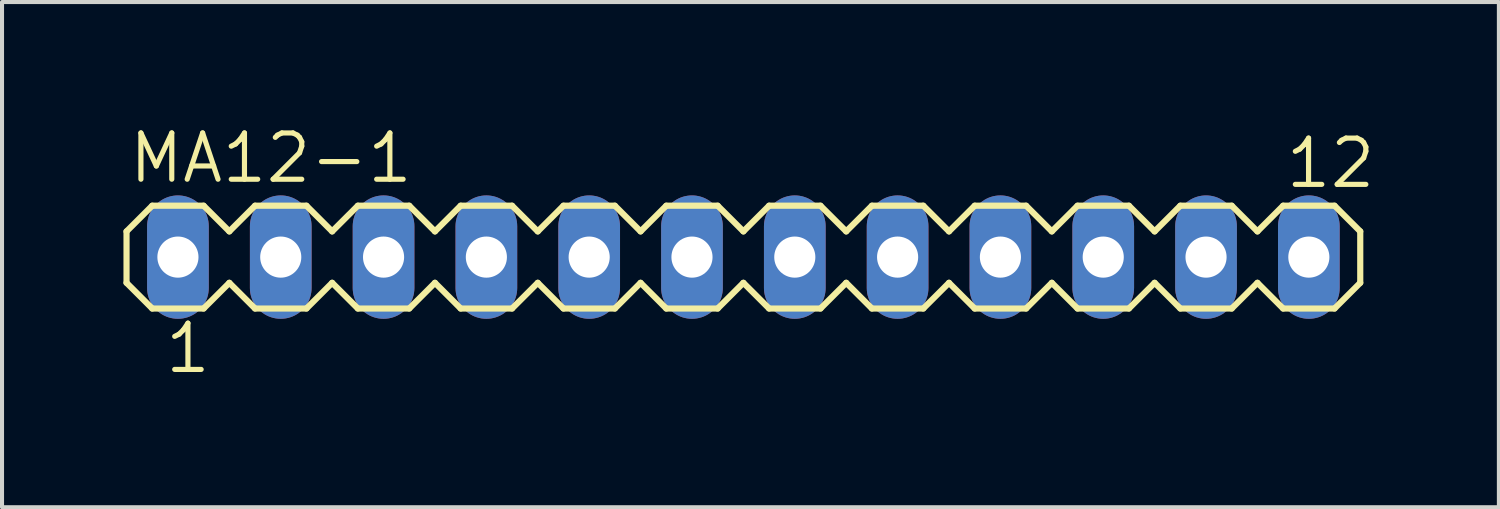
<source format=kicad_pcb>
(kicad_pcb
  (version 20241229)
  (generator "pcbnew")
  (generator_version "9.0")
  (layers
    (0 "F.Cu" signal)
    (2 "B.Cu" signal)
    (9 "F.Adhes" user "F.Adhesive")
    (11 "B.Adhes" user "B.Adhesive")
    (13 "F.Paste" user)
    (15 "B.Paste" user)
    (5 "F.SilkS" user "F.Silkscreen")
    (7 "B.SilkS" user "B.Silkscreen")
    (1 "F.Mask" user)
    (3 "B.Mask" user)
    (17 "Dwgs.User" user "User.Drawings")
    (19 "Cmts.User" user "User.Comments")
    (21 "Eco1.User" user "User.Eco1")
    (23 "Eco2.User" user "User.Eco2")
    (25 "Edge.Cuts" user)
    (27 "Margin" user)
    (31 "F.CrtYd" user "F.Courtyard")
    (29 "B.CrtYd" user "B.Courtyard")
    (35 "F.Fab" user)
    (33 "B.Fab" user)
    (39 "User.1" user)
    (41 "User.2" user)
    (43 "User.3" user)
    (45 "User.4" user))
  (footprint "MA12-1"
    (layer "F.Cu")
    (at 15.316 3.302)
    (property "Reference" "MA12-1" (at -15.24 -1.778 0) (unlocked yes) (layer "F.SilkS") (effects (font (size 1.143 1.143) (thickness 0.127)) (justify left bottom)))
    (fp_line (start -15.24 -0.635) (end -15.24 0.635) (stroke (width 0.152) (type solid)) (layer "F.SilkS"))
    (fp_line (start -15.24 0.635) (end -14.605 1.27) (stroke (width 0.152) (type solid)) (layer "F.SilkS"))
    (fp_line (start -14.605 -1.27) (end -15.24 -0.635) (stroke (width 0.152) (type solid)) (layer "F.SilkS"))
    (fp_line (start -14.605 -1.27) (end -13.335 -1.27) (stroke (width 0.152) (type solid)) (layer "F.SilkS"))
    (fp_line (start -13.335 -1.27) (end -12.7 -0.635) (stroke (width 0.152) (type solid)) (layer "F.SilkS"))
    (fp_line (start -13.335 1.27) (end -14.605 1.27) (stroke (width 0.152) (type solid)) (layer "F.SilkS"))
    (fp_line (start -12.7 -0.635) (end -12.065 -1.27) (stroke (width 0.152) (type solid)) (layer "F.SilkS"))
    (fp_line (start -12.7 0.635) (end -13.335 1.27) (stroke (width 0.152) (type solid)) (layer "F.SilkS"))
    (fp_line (start -12.065 -1.27) (end -10.795 -1.27) (stroke (width 0.152) (type solid)) (layer "F.SilkS"))
    (fp_line (start -12.065 1.27) (end -12.7 0.635) (stroke (width 0.152) (type solid)) (layer "F.SilkS"))
    (fp_line (start -10.795 -1.27) (end -10.16 -0.635) (stroke (width 0.152) (type solid)) (layer "F.SilkS"))
    (fp_line (start -10.795 1.27) (end -12.065 1.27) (stroke (width 0.152) (type solid)) (layer "F.SilkS"))
    (fp_line (start -10.16 -0.635) (end -9.525 -1.27) (stroke (width 0.152) (type solid)) (layer "F.SilkS"))
    (fp_line (start -10.16 0.635) (end -10.795 1.27) (stroke (width 0.152) (type solid)) (layer "F.SilkS"))
    (fp_line (start -9.525 -1.27) (end -8.255 -1.27) (stroke (width 0.152) (type solid)) (layer "F.SilkS"))
    (fp_line (start -9.525 1.27) (end -10.16 0.635) (stroke (width 0.152) (type solid)) (layer "F.SilkS"))
    (fp_line (start -8.255 -1.27) (end -7.62 -0.635) (stroke (width 0.152) (type solid)) (layer "F.SilkS"))
    (fp_line (start -8.255 1.27) (end -9.525 1.27) (stroke (width 0.152) (type solid)) (layer "F.SilkS"))
    (fp_line (start -7.62 0.635) (end -8.255 1.27) (stroke (width 0.152) (type solid)) (layer "F.SilkS"))
    (fp_line (start -7.62 0.635) (end -6.985 1.27) (stroke (width 0.152) (type solid)) (layer "F.SilkS"))
    (fp_line (start -6.985 -1.27) (end -7.62 -0.635) (stroke (width 0.152) (type solid)) (layer "F.SilkS"))
    (fp_line (start -6.985 -1.27) (end -5.715 -1.27) (stroke (width 0.152) (type solid)) (layer "F.SilkS"))
    (fp_line (start -5.715 -1.27) (end -5.08 -0.635) (stroke (width 0.152) (type solid)) (layer "F.SilkS"))
    (fp_line (start -5.715 1.27) (end -6.985 1.27) (stroke (width 0.152) (type solid)) (layer "F.SilkS"))
    (fp_line (start -5.08 -0.635) (end -4.445 -1.27) (stroke (width 0.152) (type solid)) (layer "F.SilkS"))
    (fp_line (start -5.08 0.635) (end -5.715 1.27) (stroke (width 0.152) (type solid)) (layer "F.SilkS"))
    (fp_line (start -4.445 -1.27) (end -3.175 -1.27) (stroke (width 0.152) (type solid)) (layer "F.SilkS"))
    (fp_line (start -4.445 1.27) (end -5.08 0.635) (stroke (width 0.152) (type solid)) (layer "F.SilkS"))
    (fp_line (start -3.175 -1.27) (end -2.54 -0.635) (stroke (width 0.152) (type solid)) (layer "F.SilkS"))
    (fp_line (start -3.175 1.27) (end -4.445 1.27) (stroke (width 0.152) (type solid)) (layer "F.SilkS"))
    (fp_line (start -2.54 -0.635) (end -1.905 -1.27) (stroke (width 0.152) (type solid)) (layer "F.SilkS"))
    (fp_line (start -2.54 0.635) (end -3.175 1.27) (stroke (width 0.152) (type solid)) (layer "F.SilkS"))
    (fp_line (start -1.905 -1.27) (end -0.635 -1.27) (stroke (width 0.152) (type solid)) (layer "F.SilkS"))
    (fp_line (start -1.905 1.27) (end -2.54 0.635) (stroke (width 0.152) (type solid)) (layer "F.SilkS"))
    (fp_line (start -0.635 -1.27) (end 0 -0.635) (stroke (width 0.152) (type solid)) (layer "F.SilkS"))
    (fp_line (start -0.635 1.27) (end -1.905 1.27) (stroke (width 0.152) (type solid)) (layer "F.SilkS"))
    (fp_line (start 0 0.635) (end -0.635 1.27) (stroke (width 0.152) (type solid)) (layer "F.SilkS"))
    (fp_line (start 0 0.635) (end 0.635 1.27) (stroke (width 0.152) (type solid)) (layer "F.SilkS"))
    (fp_line (start 0.635 -1.27) (end 0 -0.635) (stroke (width 0.152) (type solid)) (layer "F.SilkS"))
    (fp_line (start 0.635 -1.27) (end 1.905 -1.27) (stroke (width 0.152) (type solid)) (layer "F.SilkS"))
    (fp_line (start 1.905 -1.27) (end 2.54 -0.635) (stroke (width 0.152) (type solid)) (layer "F.SilkS"))
    (fp_line (start 1.905 1.27) (end 0.635 1.27) (stroke (width 0.152) (type solid)) (layer "F.SilkS"))
    (fp_line (start 2.54 -0.635) (end 3.175 -1.27) (stroke (width 0.152) (type solid)) (layer "F.SilkS"))
    (fp_line (start 2.54 0.635) (end 1.905 1.27) (stroke (width 0.152) (type solid)) (layer "F.SilkS"))
    (fp_line (start 3.175 -1.27) (end 4.445 -1.27) (stroke (width 0.152) (type solid)) (layer "F.SilkS"))
    (fp_line (start 3.175 1.27) (end 2.54 0.635) (stroke (width 0.152) (type solid)) (layer "F.SilkS"))
    (fp_line (start 4.445 -1.27) (end 5.08 -0.635) (stroke (width 0.152) (type solid)) (layer "F.SilkS"))
    (fp_line (start 4.445 1.27) (end 3.175 1.27) (stroke (width 0.152) (type solid)) (layer "F.SilkS"))
    (fp_line (start 5.08 -0.635) (end 5.715 -1.27) (stroke (width 0.152) (type solid)) (layer "F.SilkS"))
    (fp_line (start 5.08 0.635) (end 4.445 1.27) (stroke (width 0.152) (type solid)) (layer "F.SilkS"))
    (fp_line (start 5.715 -1.27) (end 6.985 -1.27) (stroke (width 0.152) (type solid)) (layer "F.SilkS"))
    (fp_line (start 5.715 1.27) (end 5.08 0.635) (stroke (width 0.152) (type solid)) (layer "F.SilkS"))
    (fp_line (start 6.985 -1.27) (end 7.62 -0.635) (stroke (width 0.152) (type solid)) (layer "F.SilkS"))
    (fp_line (start 6.985 1.27) (end 5.715 1.27) (stroke (width 0.152) (type solid)) (layer "F.SilkS"))
    (fp_line (start 7.62 0.635) (end 6.985 1.27) (stroke (width 0.152) (type solid)) (layer "F.SilkS"))
    (fp_line (start 7.62 0.635) (end 8.255 1.27) (stroke (width 0.152) (type solid)) (layer "F.SilkS"))
    (fp_line (start 8.255 -1.27) (end 7.62 -0.635) (stroke (width 0.152) (type solid)) (layer "F.SilkS"))
    (fp_line (start 8.255 -1.27) (end 9.525 -1.27) (stroke (width 0.152) (type solid)) (layer "F.SilkS"))
    (fp_line (start 9.525 -1.27) (end 10.16 -0.635) (stroke (width 0.152) (type solid)) (layer "F.SilkS"))
    (fp_line (start 9.525 1.27) (end 8.255 1.27) (stroke (width 0.152) (type solid)) (layer "F.SilkS"))
    (fp_line (start 10.16 -0.635) (end 10.795 -1.27) (stroke (width 0.152) (type solid)) (layer "F.SilkS"))
    (fp_line (start 10.16 0.635) (end 9.525 1.27) (stroke (width 0.152) (type solid)) (layer "F.SilkS"))
    (fp_line (start 10.795 -1.27) (end 12.065 -1.27) (stroke (width 0.152) (type solid)) (layer "F.SilkS"))
    (fp_line (start 10.795 1.27) (end 10.16 0.635) (stroke (width 0.152) (type solid)) (layer "F.SilkS"))
    (fp_line (start 12.065 -1.27) (end 12.7 -0.635) (stroke (width 0.152) (type solid)) (layer "F.SilkS"))
    (fp_line (start 12.065 1.27) (end 10.795 1.27) (stroke (width 0.152) (type solid)) (layer "F.SilkS"))
    (fp_line (start 12.7 -0.635) (end 13.335 -1.27) (stroke (width 0.152) (type solid)) (layer "F.SilkS"))
    (fp_line (start 12.7 0.635) (end 12.065 1.27) (stroke (width 0.152) (type solid)) (layer "F.SilkS"))
    (fp_line (start 13.335 -1.27) (end 14.605 -1.27) (stroke (width 0.152) (type solid)) (layer "F.SilkS"))
    (fp_line (start 13.335 1.27) (end 12.7 0.635) (stroke (width 0.152) (type solid)) (layer "F.SilkS"))
    (fp_line (start 14.605 -1.27) (end 15.24 -0.635) (stroke (width 0.152) (type solid)) (layer "F.SilkS"))
    (fp_line (start 14.605 1.27) (end 13.335 1.27) (stroke (width 0.152) (type solid)) (layer "F.SilkS"))
    (fp_line (start 15.24 -0.635) (end 15.24 0.635) (stroke (width 0.152) (type solid)) (layer "F.SilkS"))
    (fp_line (start 15.24 0.635) (end 14.605 1.27) (stroke (width 0.152) (type solid)) (layer "F.SilkS"))
    (fp_poly (pts (xy -14.224 0.254) (xy -13.716 0.254) (xy -13.716 -0.254) (xy -14.224 -0.254)) (stroke (width 0.1) (type default)) (fill no) (layer "F.Fab"))
    (fp_poly (pts (xy -11.684 0.254) (xy -11.176 0.254) (xy -11.176 -0.254) (xy -11.684 -0.254)) (stroke (width 0.1) (type default)) (fill no) (layer "F.Fab"))
    (fp_poly (pts (xy -9.144 0.254) (xy -8.636 0.254) (xy -8.636 -0.254) (xy -9.144 -0.254)) (stroke (width 0.1) (type default)) (fill no) (layer "F.Fab"))
    (fp_poly (pts (xy -6.604 0.254) (xy -6.096 0.254) (xy -6.096 -0.254) (xy -6.604 -0.254)) (stroke (width 0.1) (type default)) (fill no) (layer "F.Fab"))
    (fp_poly (pts (xy -4.064 0.254) (xy -3.556 0.254) (xy -3.556 -0.254) (xy -4.064 -0.254)) (stroke (width 0.1) (type default)) (fill no) (layer "F.Fab"))
    (fp_poly (pts (xy -1.524 0.254) (xy -1.016 0.254) (xy -1.016 -0.254) (xy -1.524 -0.254)) (stroke (width 0.1) (type default)) (fill no) (layer "F.Fab"))
    (fp_poly (pts (xy 1.016 0.254) (xy 1.524 0.254) (xy 1.524 -0.254) (xy 1.016 -0.254)) (stroke (width 0.1) (type default)) (fill no) (layer "F.Fab"))
    (fp_poly (pts (xy 3.556 0.254) (xy 4.064 0.254) (xy 4.064 -0.254) (xy 3.556 -0.254)) (stroke (width 0.1) (type default)) (fill no) (layer "F.Fab"))
    (fp_poly (pts (xy 6.096 0.254) (xy 6.604 0.254) (xy 6.604 -0.254) (xy 6.096 -0.254)) (stroke (width 0.1) (type default)) (fill no) (layer "F.Fab"))
    (fp_poly (pts (xy 8.636 0.254) (xy 9.144 0.254) (xy 9.144 -0.254) (xy 8.636 -0.254)) (stroke (width 0.1) (type default)) (fill no) (layer "F.Fab"))
    (fp_poly (pts (xy 11.176 0.254) (xy 11.684 0.254) (xy 11.684 -0.254) (xy 11.176 -0.254)) (stroke (width 0.1) (type default)) (fill no) (layer "F.Fab"))
    (fp_poly (pts (xy 13.716 0.254) (xy 14.224 0.254) (xy 14.224 -0.254) (xy 13.716 -0.254)) (stroke (width 0.1) (type default)) (fill no) (layer "F.Fab"))
    (fp_text user "12" (at 13.335 -1.651 0) (unlocked yes) (layer "F.SilkS") (effects (font (size 1.143 1.143) (thickness 0.127)) (justify left bottom)))
    (fp_text user "1" (at -14.351 2.921 0) (unlocked yes) (layer "F.SilkS") (effects (font (size 1.143 1.143) (thickness 0.127)) (justify left bottom)))
    (pad "1" thru_hole oval (at -13.97 0 90) (size 3.048 1.524) (drill 1.016) (layers "*.Cu" "*.Mask"))
    (pad "2" thru_hole oval (at -11.43 0 90) (size 3.048 1.524) (drill 1.016) (layers "*.Cu" "*.Mask"))
    (pad "3" thru_hole oval (at -8.89 0 90) (size 3.048 1.524) (drill 1.016) (layers "*.Cu" "*.Mask"))
    (pad "4" thru_hole oval (at -6.35 0 90) (size 3.048 1.524) (drill 1.016) (layers "*.Cu" "*.Mask"))
    (pad "5" thru_hole oval (at -3.81 0 90) (size 3.048 1.524) (drill 1.016) (layers "*.Cu" "*.Mask"))
    (pad "6" thru_hole oval (at -1.27 0 90) (size 3.048 1.524) (drill 1.016) (layers "*.Cu" "*.Mask"))
    (pad "7" thru_hole oval (at 1.27 0 90) (size 3.048 1.524) (drill 1.016) (layers "*.Cu" "*.Mask"))
    (pad "8" thru_hole oval (at 3.81 0 90) (size 3.048 1.524) (drill 1.016) (layers "*.Cu" "*.Mask"))
    (pad "9" thru_hole oval (at 6.35 0 90) (size 3.048 1.524) (drill 1.016) (layers "*.Cu" "*.Mask"))
    (pad "10" thru_hole oval (at 8.89 0 90) (size 3.048 1.524) (drill 1.016) (layers "*.Cu" "*.Mask"))
    (pad "11" thru_hole oval (at 11.43 0 90) (size 3.048 1.524) (drill 1.016) (layers "*.Cu" "*.Mask"))
    (pad "12" thru_hole oval (at 13.97 0 90) (size 3.048 1.524) (drill 1.016) (layers "*.Cu" "*.Mask")))
  (gr_rect
    (start -3 -3)
    (end 33.981 9.482)
    (stroke (width 0.1) (type default))
    (fill no)
    (layer "Edge.Cuts")))
</source>
